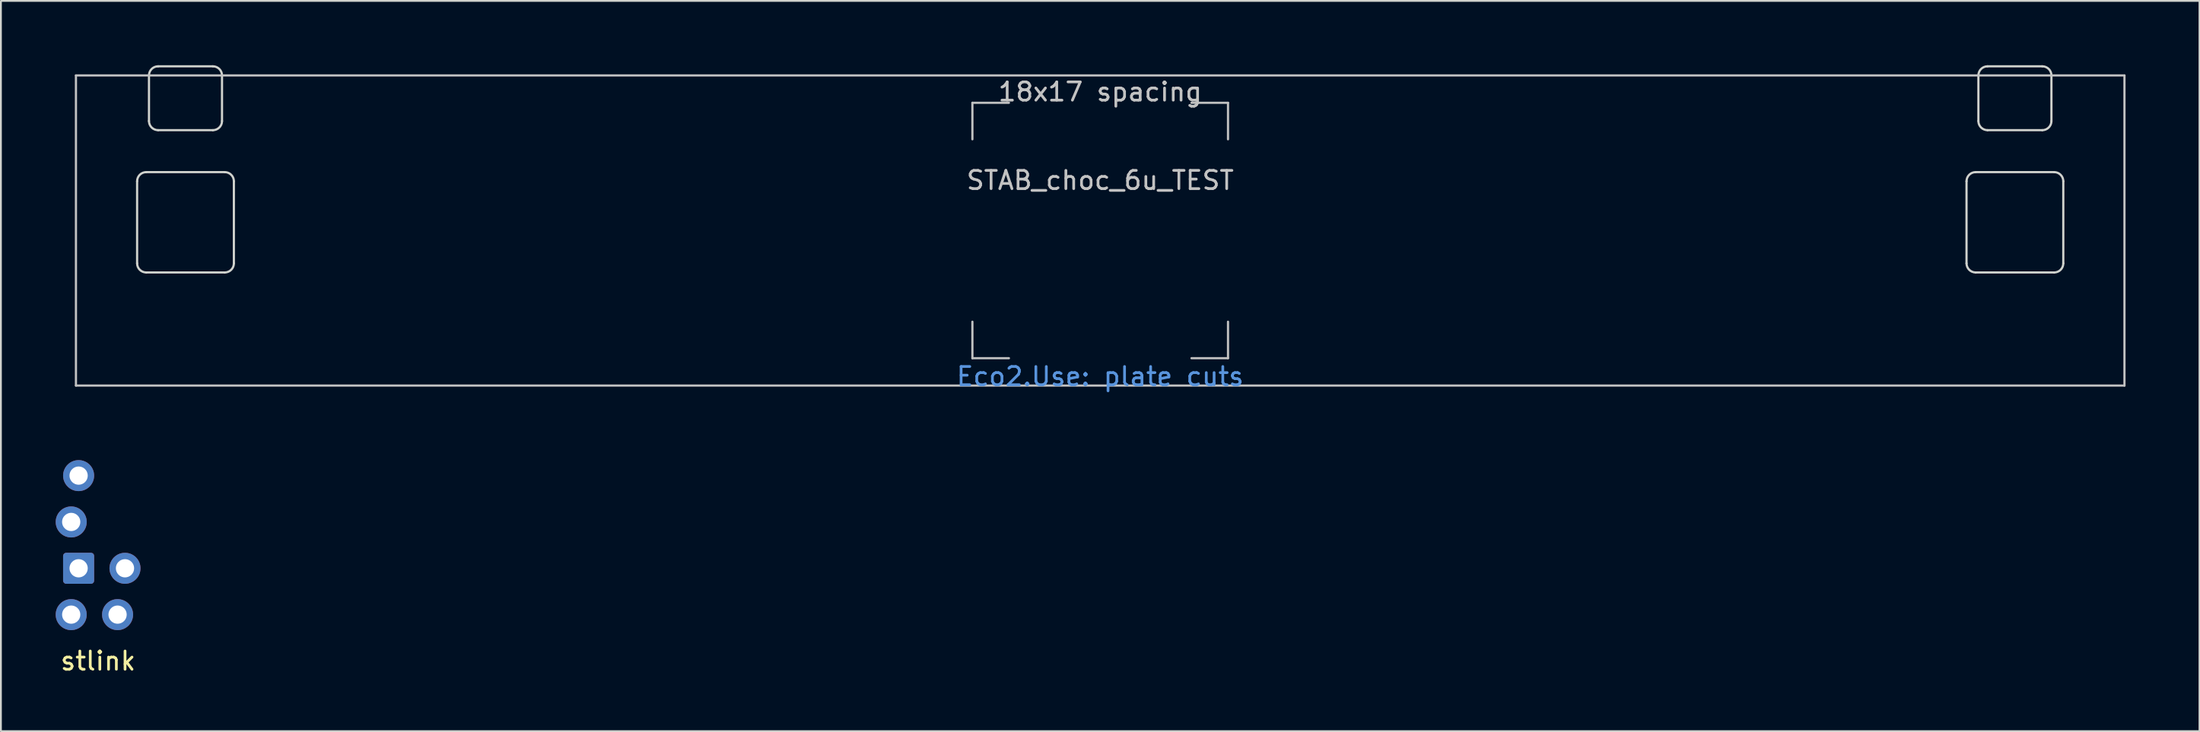
<source format=kicad_pcb>
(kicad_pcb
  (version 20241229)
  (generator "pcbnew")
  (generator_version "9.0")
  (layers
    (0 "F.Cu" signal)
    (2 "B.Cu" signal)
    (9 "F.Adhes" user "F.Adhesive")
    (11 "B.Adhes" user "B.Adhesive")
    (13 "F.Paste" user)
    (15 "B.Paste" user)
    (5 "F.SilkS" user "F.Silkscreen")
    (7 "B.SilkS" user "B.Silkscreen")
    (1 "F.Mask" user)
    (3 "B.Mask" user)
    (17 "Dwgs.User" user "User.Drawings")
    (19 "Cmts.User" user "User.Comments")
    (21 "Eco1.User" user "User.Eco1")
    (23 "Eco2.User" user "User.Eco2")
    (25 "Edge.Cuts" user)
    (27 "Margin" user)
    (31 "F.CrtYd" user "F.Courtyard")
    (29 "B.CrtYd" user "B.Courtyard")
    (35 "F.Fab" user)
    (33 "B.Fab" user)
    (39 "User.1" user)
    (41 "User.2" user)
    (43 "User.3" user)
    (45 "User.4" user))
  (footprint "STAB_choc_6u_TEST"
    (layer "F.Cu")
    (at 57.21 9.585)
    (property "Reference" "STAB_choc_6u_TEST" (at 0 -2.75 180) (layer "Dwgs.User") (effects (font (size 1 1) (thickness 0.15))))
    (attr exclude_from_pos_files exclude_from_bom)
    (fp_line (start -56.1 -8.5) (end 56.1 -8.5) (stroke (width 0.12) (type solid)) (layer "Dwgs.User"))
    (fp_line (start -56.1 8.5) (end -56.1 -8.5) (stroke (width 0.12) (type solid)) (layer "Dwgs.User"))
    (fp_line (start -7 -7) (end -7 -5) (stroke (width 0.12) (type solid)) (layer "Dwgs.User"))
    (fp_line (start -7 -7) (end -5 -7) (stroke (width 0.12) (type solid)) (layer "Dwgs.User"))
    (fp_line (start -7 7) (end -7 5) (stroke (width 0.12) (type solid)) (layer "Dwgs.User"))
    (fp_line (start -7 7) (end -5 7) (stroke (width 0.12) (type solid)) (layer "Dwgs.User"))
    (fp_line (start 7 -7) (end 5 -7) (stroke (width 0.12) (type solid)) (layer "Dwgs.User"))
    (fp_line (start 7 -7) (end 7 -5) (stroke (width 0.12) (type solid)) (layer "Dwgs.User"))
    (fp_line (start 7 5) (end 7 7) (stroke (width 0.12) (type solid)) (layer "Dwgs.User"))
    (fp_line (start 7 7) (end 5 7) (stroke (width 0.12) (type solid)) (layer "Dwgs.User"))
    (fp_line (start 56.1 -8.5) (end 56.1 8.5) (stroke (width 0.12) (type solid)) (layer "Dwgs.User"))
    (fp_line (start 56.1 8.5) (end -56.1 8.5) (stroke (width 0.12) (type solid)) (layer "Dwgs.User"))
    (fp_line (start -57.15 -9.525) (end -57.15 9.525) (stroke (width 0.12) (type solid)) (layer "Eco1.User"))
    (fp_line (start -57.15 9.525) (end 57.15 9.525) (stroke (width 0.12) (type solid)) (layer "Eco1.User"))
    (fp_line (start 57.15 -9.525) (end -57.15 -9.525) (stroke (width 0.12) (type solid)) (layer "Eco1.User"))
    (fp_line (start 57.15 9.525) (end 57.15 -9.525) (stroke (width 0.12) (type solid)) (layer "Eco1.User"))
    (fp_line (start -53.25 2.55) (end -53.25 -3.3) (stroke (width 0.05) (type solid)) (layer "Eco2.User"))
    (fp_line (start -52.75 -3.8) (end -52.4 -3.8) (stroke (width 0.05) (type solid)) (layer "Eco2.User"))
    (fp_line (start -52.75 3.05) (end -47.45 3.05) (stroke (width 0.05) (type solid)) (layer "Eco2.User"))
    (fp_line (start -51.9 -4.3) (end -51.9 -7.95) (stroke (width 0.05) (type solid)) (layer "Eco2.User"))
    (fp_line (start -51.4 -8.45) (end -48.8 -8.45) (stroke (width 0.05) (type solid)) (layer "Eco2.User"))
    (fp_line (start -48.3 -4.3) (end -48.3 -7.95) (stroke (width 0.05) (type solid)) (layer "Eco2.User"))
    (fp_line (start -47.45 -3.8) (end -47.8 -3.8) (stroke (width 0.05) (type solid)) (layer "Eco2.User"))
    (fp_line (start -46.95 2.55) (end -46.95 -3.3) (stroke (width 0.05) (type solid)) (layer "Eco2.User"))
    (fp_line (start 46.95 2.55) (end 46.95 -3.3) (stroke (width 0.05) (type solid)) (layer "Eco2.User"))
    (fp_line (start 47.45 -3.8) (end 47.8 -3.8) (stroke (width 0.05) (type solid)) (layer "Eco2.User"))
    (fp_line (start 48.3 -4.3) (end 48.3 -7.95) (stroke (width 0.05) (type solid)) (layer "Eco2.User"))
    (fp_line (start 51.4 -8.45) (end 48.8 -8.45) (stroke (width 0.05) (type solid)) (layer "Eco2.User"))
    (fp_line (start 51.9 -4.3) (end 51.9 -7.95) (stroke (width 0.05) (type solid)) (layer "Eco2.User"))
    (fp_line (start 52.75 -3.8) (end 52.4 -3.8) (stroke (width 0.05) (type solid)) (layer "Eco2.User"))
    (fp_line (start 52.75 3.05) (end 47.45 3.05) (stroke (width 0.05) (type solid)) (layer "Eco2.User"))
    (fp_line (start 53.25 2.55) (end 53.25 -3.3) (stroke (width 0.05) (type solid)) (layer "Eco2.User"))
    (fp_arc (start -53.25 -3.3) (mid -53.103553 -3.653553) (end -52.75 -3.8) (stroke (width 0.05) (type solid)) (layer "Eco2.User"))
    (fp_arc (start -52.75 3.05) (mid -53.103553 2.903553) (end -53.25 2.55) (stroke (width 0.05) (type solid)) (layer "Eco2.User"))
    (fp_arc (start -51.9 -7.95) (mid -51.753553 -8.303553) (end -51.4 -8.45) (stroke (width 0.05) (type solid)) (layer "Eco2.User"))
    (fp_arc (start -51.9 -4.3) (mid -52.046447 -3.946447) (end -52.4 -3.8) (stroke (width 0.05) (type solid)) (layer "Eco2.User"))
    (fp_arc (start -48.8 -8.45) (mid -48.446447 -8.303553) (end -48.3 -7.95) (stroke (width 0.05) (type solid)) (layer "Eco2.User"))
    (fp_arc (start -47.8 -3.8) (mid -48.153553 -3.946447) (end -48.3 -4.3) (stroke (width 0.05) (type solid)) (layer "Eco2.User"))
    (fp_arc (start -47.45 -3.8) (mid -47.096447 -3.653553) (end -46.95 -3.3) (stroke (width 0.05) (type solid)) (layer "Eco2.User"))
    (fp_arc (start -46.95 2.55) (mid -47.096447 2.903553) (end -47.45 3.05) (stroke (width 0.05) (type solid)) (layer "Eco2.User"))
    (fp_arc (start 46.95 -3.3) (mid 47.096447 -3.653553) (end 47.45 -3.8) (stroke (width 0.05) (type solid)) (layer "Eco2.User"))
    (fp_arc (start 47.45 3.05) (mid 47.096447 2.903553) (end 46.95 2.55) (stroke (width 0.05) (type solid)) (layer "Eco2.User"))
    (fp_arc (start 48.3 -7.95) (mid 48.446447 -8.303553) (end 48.8 -8.45) (stroke (width 0.05) (type solid)) (layer "Eco2.User"))
    (fp_arc (start 48.3 -4.3) (mid 48.153553 -3.946447) (end 47.8 -3.8) (stroke (width 0.05) (type solid)) (layer "Eco2.User"))
    (fp_arc (start 51.4 -8.45) (mid 51.753553 -8.303553) (end 51.9 -7.95) (stroke (width 0.05) (type solid)) (layer "Eco2.User"))
    (fp_arc (start 52.4 -3.8) (mid 52.046447 -3.946447) (end 51.9 -4.3) (stroke (width 0.05) (type solid)) (layer "Eco2.User"))
    (fp_arc (start 52.75 -3.8) (mid 53.103553 -3.653553) (end 53.25 -3.3) (stroke (width 0.05) (type solid)) (layer "Eco2.User"))
    (fp_arc (start 53.25 2.55) (mid 53.103553 2.903553) (end 52.75 3.05) (stroke (width 0.05) (type solid)) (layer "Eco2.User"))
    (fp_line (start -52.75 1.8) (end -52.75 -2.7) (stroke (width 0.12) (type solid)) (layer "Edge.Cuts"))
    (fp_line (start -52.25 -3.2) (end -47.95 -3.2) (stroke (width 0.12) (type solid)) (layer "Edge.Cuts"))
    (fp_line (start -52.25 2.3) (end -47.95 2.3) (stroke (width 0.12) (type solid)) (layer "Edge.Cuts"))
    (fp_line (start -52.1 -6) (end -52.1 -8.5) (stroke (width 0.12) (type solid)) (layer "Edge.Cuts"))
    (fp_line (start -51.6 -9) (end -48.6 -9) (stroke (width 0.12) (type solid)) (layer "Edge.Cuts"))
    (fp_line (start -51.6 -5.5) (end -48.6 -5.5) (stroke (width 0.12) (type solid)) (layer "Edge.Cuts"))
    (fp_line (start -48.1 -6) (end -48.1 -8.5) (stroke (width 0.12) (type solid)) (layer "Edge.Cuts"))
    (fp_line (start -47.45 1.8) (end -47.45 -2.7) (stroke (width 0.12) (type solid)) (layer "Edge.Cuts"))
    (fp_line (start 47.45 1.8) (end 47.45 -2.7) (stroke (width 0.12) (type solid)) (layer "Edge.Cuts"))
    (fp_line (start 48.1 -6) (end 48.1 -8.5) (stroke (width 0.12) (type solid)) (layer "Edge.Cuts"))
    (fp_line (start 51.6 -9) (end 48.6 -9) (stroke (width 0.12) (type solid)) (layer "Edge.Cuts"))
    (fp_line (start 51.6 -5.5) (end 48.6 -5.5) (stroke (width 0.12) (type solid)) (layer "Edge.Cuts"))
    (fp_line (start 52.1 -6) (end 52.1 -8.5) (stroke (width 0.12) (type solid)) (layer "Edge.Cuts"))
    (fp_line (start 52.25 -3.2) (end 47.95 -3.2) (stroke (width 0.12) (type solid)) (layer "Edge.Cuts"))
    (fp_line (start 52.25 2.3) (end 47.95 2.3) (stroke (width 0.12) (type solid)) (layer "Edge.Cuts"))
    (fp_line (start 52.75 1.8) (end 52.75 -2.7) (stroke (width 0.12) (type solid)) (layer "Edge.Cuts"))
    (fp_arc (start -52.75 -2.7) (mid -52.603553 -3.053553) (end -52.25 -3.2) (stroke (width 0.12) (type solid)) (layer "Edge.Cuts"))
    (fp_arc (start -52.25 2.3) (mid -52.603553 2.153553) (end -52.75 1.8) (stroke (width 0.12) (type solid)) (layer "Edge.Cuts"))
    (fp_arc (start -52.1 -8.5) (mid -51.953553 -8.853553) (end -51.6 -9) (stroke (width 0.12) (type solid)) (layer "Edge.Cuts"))
    (fp_arc (start -51.6 -5.5) (mid -51.953553 -5.646447) (end -52.1 -6) (stroke (width 0.12) (type solid)) (layer "Edge.Cuts"))
    (fp_arc (start -48.6 -9) (mid -48.246447 -8.853553) (end -48.1 -8.5) (stroke (width 0.12) (type solid)) (layer "Edge.Cuts"))
    (fp_arc (start -48.1 -6) (mid -48.246447 -5.646447) (end -48.6 -5.5) (stroke (width 0.12) (type solid)) (layer "Edge.Cuts"))
    (fp_arc (start -47.95 -3.2) (mid -47.596447 -3.053553) (end -47.45 -2.7) (stroke (width 0.12) (type solid)) (layer "Edge.Cuts"))
    (fp_arc (start -47.45 1.8) (mid -47.596447 2.153553) (end -47.95 2.3) (stroke (width 0.12) (type solid)) (layer "Edge.Cuts"))
    (fp_arc (start 47.45 -2.7) (mid 47.596447 -3.053553) (end 47.95 -3.2) (stroke (width 0.12) (type solid)) (layer "Edge.Cuts"))
    (fp_arc (start 47.95 2.3) (mid 47.596447 2.153553) (end 47.45 1.8) (stroke (width 0.12) (type solid)) (layer "Edge.Cuts"))
    (fp_arc (start 48.1 -8.5) (mid 48.246447 -8.853553) (end 48.6 -9) (stroke (width 0.12) (type solid)) (layer "Edge.Cuts"))
    (fp_arc (start 48.6 -5.5) (mid 48.246447 -5.646447) (end 48.1 -6) (stroke (width 0.12) (type solid)) (layer "Edge.Cuts"))
    (fp_arc (start 51.6 -9) (mid 51.953553 -8.853553) (end 52.1 -8.5) (stroke (width 0.12) (type solid)) (layer "Edge.Cuts"))
    (fp_arc (start 52.1 -6) (mid 51.953553 -5.646447) (end 51.6 -5.5) (stroke (width 0.12) (type solid)) (layer "Edge.Cuts"))
    (fp_arc (start 52.25 -3.2) (mid 52.603553 -3.053553) (end 52.75 -2.7) (stroke (width 0.12) (type solid)) (layer "Edge.Cuts"))
    (fp_arc (start 52.75 1.8) (mid 52.603553 2.153553) (end 52.25 2.3) (stroke (width 0.12) (type solid)) (layer "Edge.Cuts"))
    (fp_text user "18x17 spacing" (at 0 -7.6 0) (layer "Dwgs.User") (effects (font (size 1 1) (thickness 0.15))))
    (fp_text user "Eco2.Use: plate cuts" (at 0 8 0) (layer "Cmts.User") (effects (font (size 1 1) (thickness 0.15))))
    (fp_text user "19.05 spacing" (at 0 -8.7 0) (layer "Eco1.User") (effects (font (size 1 1) (thickness 0.15)))))
  (footprint "stlink"
    (layer "F.Cu")
    (at 2.323 26.83)
    (property "Reference" "stlink" (at 0 6.35 0) (layer "F.SilkS") (effects (font (size 1 1) (thickness 0.15))))
    (attr through_hole)
    (pad "1" thru_hole circle (at -1.067 -3.81) (size 1.7 1.7) (drill 1) (layers "*.Cu" "B.Mask"))
    (pad "2" thru_hole circle (at -1.473 -1.27) (size 1.7 1.7) (drill 1) (layers "*.Cu" "B.Mask"))
    (pad "3" thru_hole roundrect (at -1.067 1.27) (size 1.7 1.7) (drill 1) (layers "*.Cu" "B.Mask") (roundrect_rratio 0.1))
    (pad "4" thru_hole oval (at -1.473 3.81) (size 1.7 1.7) (drill 1) (layers "*.Cu" "B.Mask"))
    (pad "5" thru_hole oval (at 1.473 1.27) (size 1.7 1.7) (drill 1) (layers "*.Cu" "B.Mask"))
    (pad "6" thru_hole oval (at 1.067 3.81) (size 1.7 1.7) (drill 1) (layers "*.Cu" "B.Mask")))
  (gr_rect
    (start -3 -3)
    (end 117.42 37.028)
    (stroke (width 0.1) (type default))
    (fill no)
    (layer "Edge.Cuts")))
</source>
